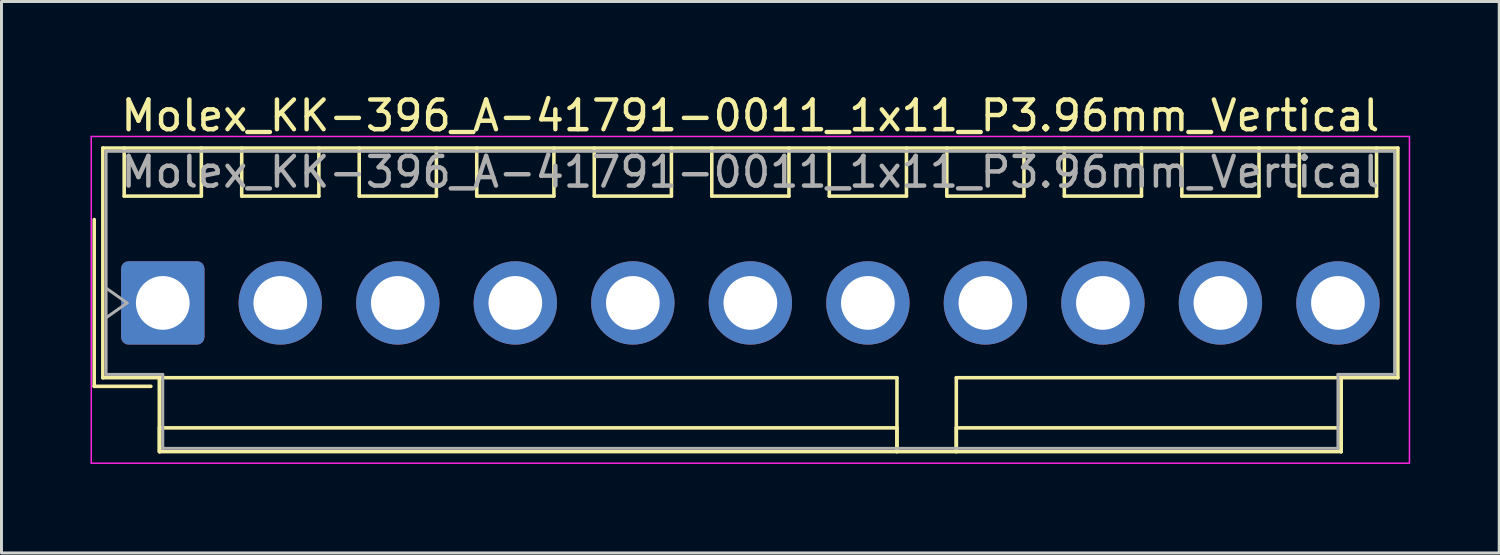
<source format=kicad_pcb>
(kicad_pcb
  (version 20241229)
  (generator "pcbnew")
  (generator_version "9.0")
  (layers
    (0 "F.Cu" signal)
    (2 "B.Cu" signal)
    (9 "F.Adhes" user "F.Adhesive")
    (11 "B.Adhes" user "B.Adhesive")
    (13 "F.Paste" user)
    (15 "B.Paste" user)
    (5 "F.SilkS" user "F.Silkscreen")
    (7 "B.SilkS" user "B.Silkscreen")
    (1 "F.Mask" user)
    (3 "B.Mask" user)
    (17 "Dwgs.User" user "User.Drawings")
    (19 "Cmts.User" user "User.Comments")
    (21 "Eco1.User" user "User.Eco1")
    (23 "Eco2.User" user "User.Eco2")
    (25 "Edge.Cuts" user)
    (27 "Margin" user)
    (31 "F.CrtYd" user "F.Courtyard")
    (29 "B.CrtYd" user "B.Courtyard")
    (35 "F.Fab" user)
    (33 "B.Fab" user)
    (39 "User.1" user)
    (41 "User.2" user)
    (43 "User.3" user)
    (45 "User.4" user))
  (footprint "Molex_KK-396_A-41791-0011_1x11_P3.96mm_Vertical"
    (layer "F.Cu")
    (at 2.435 7.158)
    (property "Reference" "Molex_KK-396_A-41791-0011_1x11_P3.96mm_Vertical" (at 19.8 -6.31 0) (layer "F.SilkS") (effects (font (size 1 1) (thickness 0.15))))
    (attr through_hole)
    (fp_line (start -2.31 -2.81) (end -2.31 2.81) (stroke (width 0.12) (type solid)) (layer "F.SilkS"))
    (fp_line (start -2.31 2.81) (end -0.4 2.81) (stroke (width 0.12) (type solid)) (layer "F.SilkS"))
    (fp_line (start -2.02 -5.22) (end 41.62 -5.22) (stroke (width 0.12) (type solid)) (layer "F.SilkS"))
    (fp_line (start -2.02 2.52) (end -2.02 -5.22) (stroke (width 0.12) (type solid)) (layer "F.SilkS"))
    (fp_line (start -1.3 -5.22) (end -1.3 -3.6) (stroke (width 0.12) (type solid)) (layer "F.SilkS"))
    (fp_line (start -1.3 -3.6) (end 1.3 -3.6) (stroke (width 0.12) (type solid)) (layer "F.SilkS"))
    (fp_line (start -0.11 2.52) (end -2.02 2.52) (stroke (width 0.12) (type solid)) (layer "F.SilkS"))
    (fp_line (start -0.11 2.52) (end 24.74 2.52) (stroke (width 0.12) (type solid)) (layer "F.SilkS"))
    (fp_line (start -0.11 4.21) (end 24.74 4.21) (stroke (width 0.12) (type solid)) (layer "F.SilkS"))
    (fp_line (start -0.11 5.01) (end -0.11 2.52) (stroke (width 0.12) (type solid)) (layer "F.SilkS"))
    (fp_line (start -0.11 5.01) (end -0.11 2.52) (stroke (width 0.12) (type solid)) (layer "F.SilkS"))
    (fp_line (start -0.11 5.01) (end -0.11 4.21) (stroke (width 0.12) (type solid)) (layer "F.SilkS"))
    (fp_line (start 1.3 -3.6) (end 1.3 -5.22) (stroke (width 0.12) (type solid)) (layer "F.SilkS"))
    (fp_line (start 2.66 -5.22) (end 2.66 -3.6) (stroke (width 0.12) (type solid)) (layer "F.SilkS"))
    (fp_line (start 2.66 -3.6) (end 5.26 -3.6) (stroke (width 0.12) (type solid)) (layer "F.SilkS"))
    (fp_line (start 5.26 -3.6) (end 5.26 -5.22) (stroke (width 0.12) (type solid)) (layer "F.SilkS"))
    (fp_line (start 6.62 -5.22) (end 6.62 -3.6) (stroke (width 0.12) (type solid)) (layer "F.SilkS"))
    (fp_line (start 6.62 -3.6) (end 9.22 -3.6) (stroke (width 0.12) (type solid)) (layer "F.SilkS"))
    (fp_line (start 9.22 -3.6) (end 9.22 -5.22) (stroke (width 0.12) (type solid)) (layer "F.SilkS"))
    (fp_line (start 10.58 -5.22) (end 10.58 -3.6) (stroke (width 0.12) (type solid)) (layer "F.SilkS"))
    (fp_line (start 10.58 -3.6) (end 13.18 -3.6) (stroke (width 0.12) (type solid)) (layer "F.SilkS"))
    (fp_line (start 13.18 -3.6) (end 13.18 -5.22) (stroke (width 0.12) (type solid)) (layer "F.SilkS"))
    (fp_line (start 14.54 -5.22) (end 14.54 -3.6) (stroke (width 0.12) (type solid)) (layer "F.SilkS"))
    (fp_line (start 14.54 -3.6) (end 17.14 -3.6) (stroke (width 0.12) (type solid)) (layer "F.SilkS"))
    (fp_line (start 17.14 -3.6) (end 17.14 -5.22) (stroke (width 0.12) (type solid)) (layer "F.SilkS"))
    (fp_line (start 18.5 -5.22) (end 18.5 -3.6) (stroke (width 0.12) (type solid)) (layer "F.SilkS"))
    (fp_line (start 18.5 -3.6) (end 21.1 -3.6) (stroke (width 0.12) (type solid)) (layer "F.SilkS"))
    (fp_line (start 21.1 -3.6) (end 21.1 -5.22) (stroke (width 0.12) (type solid)) (layer "F.SilkS"))
    (fp_line (start 22.46 -5.22) (end 22.46 -3.6) (stroke (width 0.12) (type solid)) (layer "F.SilkS"))
    (fp_line (start 22.46 -3.6) (end 25.06 -3.6) (stroke (width 0.12) (type solid)) (layer "F.SilkS"))
    (fp_line (start 24.74 2.52) (end 24.74 5.01) (stroke (width 0.12) (type solid)) (layer "F.SilkS"))
    (fp_line (start 24.74 4.21) (end 24.74 5.01) (stroke (width 0.12) (type solid)) (layer "F.SilkS"))
    (fp_line (start 25.06 -3.6) (end 25.06 -5.22) (stroke (width 0.12) (type solid)) (layer "F.SilkS"))
    (fp_line (start 26.42 -5.22) (end 26.42 -3.6) (stroke (width 0.12) (type solid)) (layer "F.SilkS"))
    (fp_line (start 26.42 -3.6) (end 29.02 -3.6) (stroke (width 0.12) (type solid)) (layer "F.SilkS"))
    (fp_line (start 26.74 2.52) (end 26.74 5.01) (stroke (width 0.12) (type solid)) (layer "F.SilkS"))
    (fp_line (start 26.74 4.21) (end 26.74 5.01) (stroke (width 0.12) (type solid)) (layer "F.SilkS"))
    (fp_line (start 29.02 -3.6) (end 29.02 -5.22) (stroke (width 0.12) (type solid)) (layer "F.SilkS"))
    (fp_line (start 30.38 -5.22) (end 30.38 -3.6) (stroke (width 0.12) (type solid)) (layer "F.SilkS"))
    (fp_line (start 30.38 -3.6) (end 32.98 -3.6) (stroke (width 0.12) (type solid)) (layer "F.SilkS"))
    (fp_line (start 32.98 -3.6) (end 32.98 -5.22) (stroke (width 0.12) (type solid)) (layer "F.SilkS"))
    (fp_line (start 34.34 -5.22) (end 34.34 -3.6) (stroke (width 0.12) (type solid)) (layer "F.SilkS"))
    (fp_line (start 34.34 -3.6) (end 36.94 -3.6) (stroke (width 0.12) (type solid)) (layer "F.SilkS"))
    (fp_line (start 36.94 -3.6) (end 36.94 -5.22) (stroke (width 0.12) (type solid)) (layer "F.SilkS"))
    (fp_line (start 38.3 -5.22) (end 38.3 -3.6) (stroke (width 0.12) (type solid)) (layer "F.SilkS"))
    (fp_line (start 38.3 -3.6) (end 40.9 -3.6) (stroke (width 0.12) (type solid)) (layer "F.SilkS"))
    (fp_line (start 39.71 2.52) (end 26.74 2.52) (stroke (width 0.12) (type solid)) (layer "F.SilkS"))
    (fp_line (start 39.71 2.52) (end 39.71 5.01) (stroke (width 0.12) (type solid)) (layer "F.SilkS"))
    (fp_line (start 39.71 4.21) (end 26.74 4.21) (stroke (width 0.12) (type solid)) (layer "F.SilkS"))
    (fp_line (start 39.71 5.01) (end -0.11 5.01) (stroke (width 0.12) (type solid)) (layer "F.SilkS"))
    (fp_line (start 39.71 5.01) (end 39.71 2.52) (stroke (width 0.12) (type solid)) (layer "F.SilkS"))
    (fp_line (start 39.71 5.01) (end 39.71 4.21) (stroke (width 0.12) (type solid)) (layer "F.SilkS"))
    (fp_line (start 40.9 -3.6) (end 40.9 -5.22) (stroke (width 0.12) (type solid)) (layer "F.SilkS"))
    (fp_line (start 41.62 -5.22) (end 41.62 2.52) (stroke (width 0.12) (type solid)) (layer "F.SilkS"))
    (fp_line (start 41.62 2.52) (end 39.71 2.52) (stroke (width 0.12) (type solid)) (layer "F.SilkS"))
    (fp_line (start -2.41 -5.61) (end -2.41 5.4) (stroke (width 0.05) (type solid)) (layer "F.CrtYd"))
    (fp_line (start -2.41 5.4) (end 42.01 5.4) (stroke (width 0.05) (type solid)) (layer "F.CrtYd"))
    (fp_line (start 42.01 -5.61) (end -2.41 -5.61) (stroke (width 0.05) (type solid)) (layer "F.CrtYd"))
    (fp_line (start 42.01 5.4) (end 42.01 -5.61) (stroke (width 0.05) (type solid)) (layer "F.CrtYd"))
    (fp_line (start -1.91 -5.11) (end 41.51 -5.11) (stroke (width 0.1) (type solid)) (layer "F.Fab"))
    (fp_line (start -1.91 -0.5) (end -1.203 0) (stroke (width 0.1) (type solid)) (layer "F.Fab"))
    (fp_line (start -1.91 2.41) (end -1.91 -5.11) (stroke (width 0.1) (type solid)) (layer "F.Fab"))
    (fp_line (start -1.203 0) (end -1.91 0.5) (stroke (width 0.1) (type solid)) (layer "F.Fab"))
    (fp_line (start 0 2.41) (end -1.91 2.41) (stroke (width 0.1) (type solid)) (layer "F.Fab"))
    (fp_line (start 0 4.9) (end 0 2.41) (stroke (width 0.1) (type solid)) (layer "F.Fab"))
    (fp_line (start 39.6 2.41) (end 39.6 4.9) (stroke (width 0.1) (type solid)) (layer "F.Fab"))
    (fp_line (start 39.6 4.9) (end 0 4.9) (stroke (width 0.1) (type solid)) (layer "F.Fab"))
    (fp_line (start 41.51 -5.11) (end 41.51 2.41) (stroke (width 0.1) (type solid)) (layer "F.Fab"))
    (fp_line (start 41.51 2.41) (end 39.6 2.41) (stroke (width 0.1) (type solid)) (layer "F.Fab"))
    (fp_text user "${REFERENCE}" (at 19.8 -4.41 0) (layer "F.Fab") (effects (font (size 1 1) (thickness 0.15))))
    (pad "1" thru_hole roundrect (at 0 0) (size 2.81 2.81) (drill 1.81) (layers "*.Cu" "*.Mask") (roundrect_rratio 0.089))
    (pad "2" thru_hole circle (at 3.96 0) (size 2.81 2.81) (drill 1.81) (layers "*.Cu" "*.Mask"))
    (pad "3" thru_hole circle (at 7.92 0) (size 2.81 2.81) (drill 1.81) (layers "*.Cu" "*.Mask"))
    (pad "4" thru_hole circle (at 11.88 0) (size 2.81 2.81) (drill 1.81) (layers "*.Cu" "*.Mask"))
    (pad "5" thru_hole circle (at 15.84 0) (size 2.81 2.81) (drill 1.81) (layers "*.Cu" "*.Mask"))
    (pad "6" thru_hole circle (at 19.8 0) (size 2.81 2.81) (drill 1.81) (layers "*.Cu" "*.Mask"))
    (pad "7" thru_hole circle (at 23.76 0) (size 2.81 2.81) (drill 1.81) (layers "*.Cu" "*.Mask"))
    (pad "8" thru_hole circle (at 27.72 0) (size 2.81 2.81) (drill 1.81) (layers "*.Cu" "*.Mask"))
    (pad "9" thru_hole circle (at 31.68 0) (size 2.81 2.81) (drill 1.81) (layers "*.Cu" "*.Mask"))
    (pad "10" thru_hole circle (at 35.64 0) (size 2.81 2.81) (drill 1.81) (layers "*.Cu" "*.Mask"))
    (pad "11" thru_hole circle (at 39.6 0) (size 2.81 2.81) (drill 1.81) (layers "*.Cu" "*.Mask")))
  (gr_rect
    (start -3 -3)
    (end 47.47 15.583)
    (stroke (width 0.1) (type default))
    (fill no)
    (layer "Edge.Cuts")))
</source>
